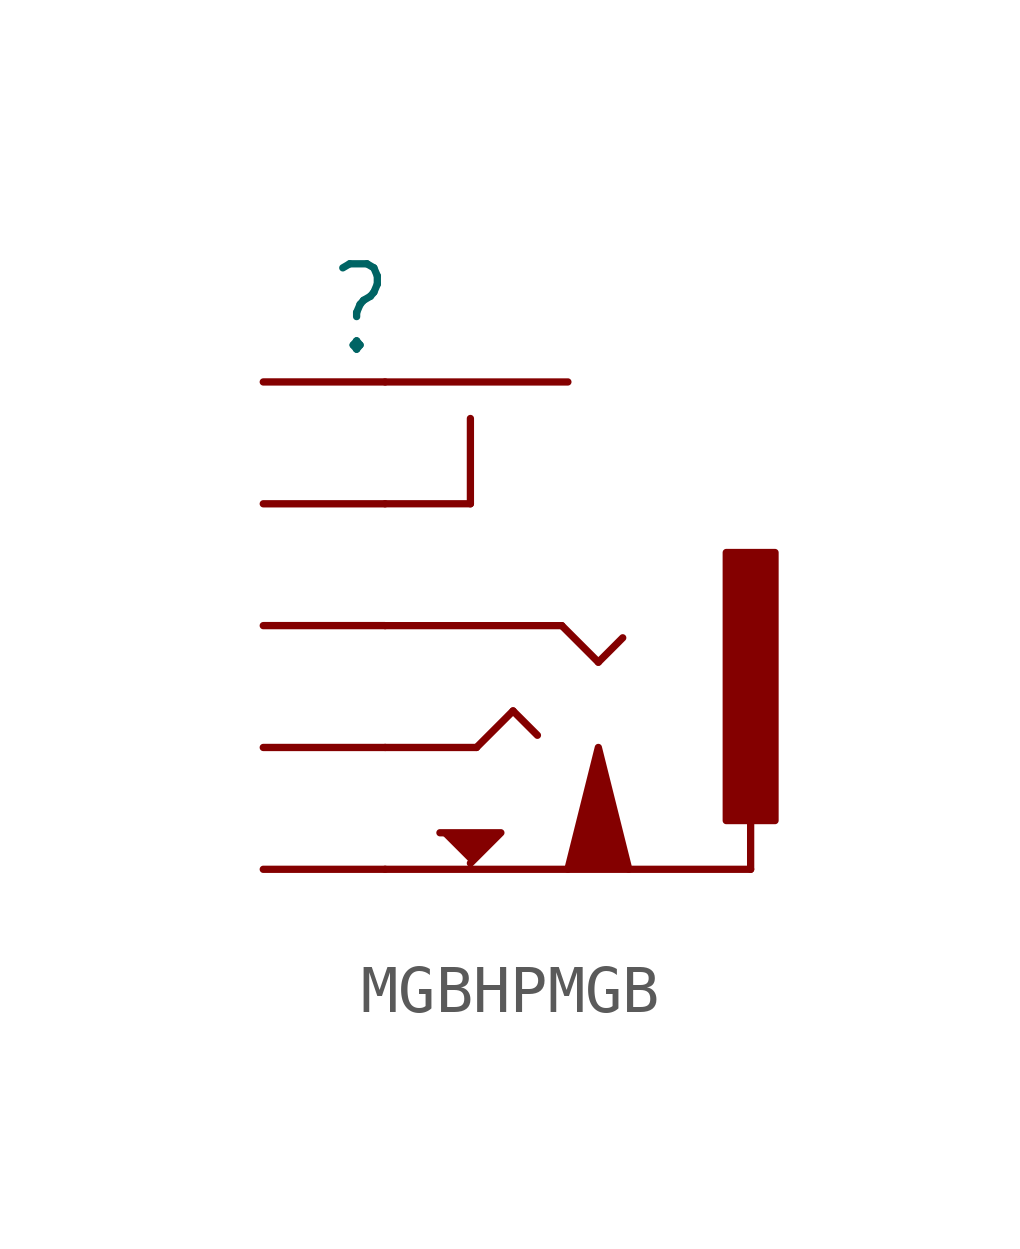
<source format=kicad_sym>
(kicad_symbol_lib
  (version 20241209)
  (generator "kicad_symbol_editor")
  (generator_version "9.0")
  (symbol "MGBHPMGB"
    (property "Reference" ""
      (at -3.81 7.62 0)
      (effects (font (size 1.778 1.511)) (justify left top)))
    (property "ki_locked" ""
      (at 0 0 0)
      (effects (font (size 1.27 1.27))))
    (symbol "MGBHPMGB_1_0"
      (polyline (pts (xy -2.54 5.08) (xy 1.27 5.08)) (stroke (width 0.152) (type solid)) (fill (type none)))
      (polyline (pts (xy -2.54 2.54) (xy -0.762 2.54)) (stroke (width 0.152) (type solid)) (fill (type none)))
      (polyline (pts (xy -2.54 0) (xy 1.143 0)) (stroke (width 0.152) (type solid)) (fill (type none)))
      (polyline (pts (xy -2.54 -2.54) (xy -0.635 -2.54)) (stroke (width 0.152) (type solid)) (fill (type none)))
      (polyline (pts (xy -2.54 -5.08) (xy 5.08 -5.08)) (stroke (width 0.152) (type solid)) (fill (type none)))
      (polyline (pts (xy -0.762 2.54) (xy -0.762 4.318)) (stroke (width 0.152) (type solid)) (fill (type none)))
      (polyline (pts (xy -0.762 -4.953) (xy -0.127 -4.318) (xy -1.397 -4.318)) (stroke (width 0.152) (type solid)) (fill (type outline)))
      (polyline (pts (xy -0.635 -2.54) (xy 0.127 -1.778)) (stroke (width 0.152) (type solid)) (fill (type none)))
      (polyline (pts (xy 0.127 -1.778) (xy 0.635 -2.286)) (stroke (width 0.152) (type solid)) (fill (type none)))
      (polyline (pts (xy 1.143 0) (xy 1.905 -0.762)) (stroke (width 0.152) (type solid)) (fill (type none)))
      (polyline (pts (xy 1.27 -5.08) (xy 1.905 -2.54) (xy 2.54 -5.08)) (stroke (width 0.152) (type solid)) (fill (type outline)))
      (polyline (pts (xy 1.905 -0.762) (xy 2.413 -0.254)) (stroke (width 0.152) (type solid)) (fill (type none)))
      (polyline (pts (xy 5.08 -5.08) (xy 5.08 -3.81)) (stroke (width 0.152) (type solid)) (fill (type none)))
      (rectangle (start 5.588 -4.064) (end 4.572 1.524) (stroke (width 0) (type default)) (fill (type outline)))
      (pin bidirectional line (at -5.08 5.08 0) (length 2.54) (name "SWA" (effects (font (size 0 0)))) (number "SW" (effects (font (size 0 0)))))
      (pin bidirectional line (at -5.08 2.54 0) (length 2.54) (name "SWB" (effects (font (size 0 0)))) (number "SWGND" (effects (font (size 0 0)))))
      (pin bidirectional line (at -5.08 0 0) (length 2.54) (name "R" (effects (font (size 0 0)))) (number "R" (effects (font (size 0 0)))))
      (pin bidirectional line (at -5.08 -2.54 0) (length 2.54) (name "T" (effects (font (size 0 0)))) (number "L" (effects (font (size 0 0)))))
      (pin bidirectional line (at -5.08 -5.08 0) (length 2.54) (name "S" (effects (font (size 0 0)))) (number "GND" (effects (font (size 0 0))))))))
</source>
